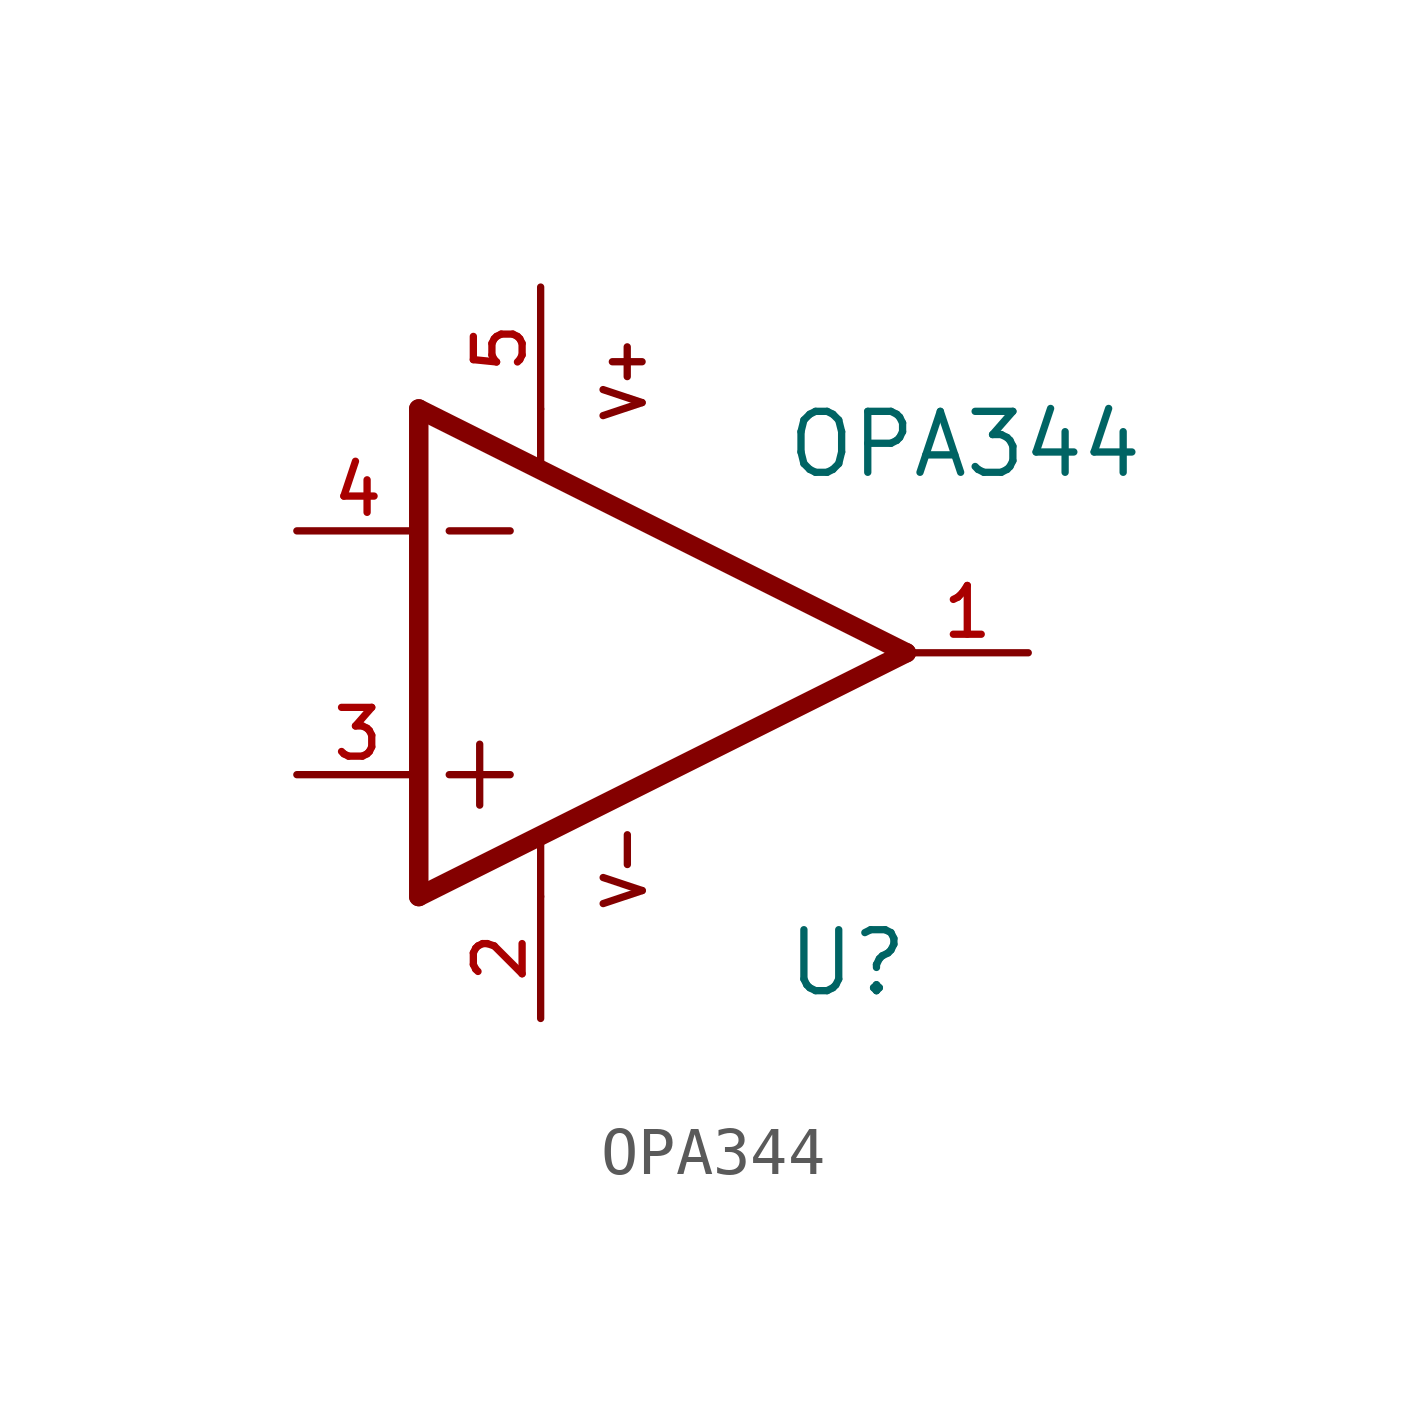
<source format=kicad_sym>
(kicad_symbol_lib
  (version 20211014)
  (generator kicad_symbol_editor)
  (symbol "OPA344"
    (pin_names
      (offset 1.016))
    (property "Reference" "U"
      (at 5.083 -5.718 0)
      (effects (font (size 1.27 1.27)) (justify left top)))
    (property "Value" "OPA344"
      (at 5.083 5.083 0)
      (effects (font (size 1.27 1.27)) (justify left top)))
    (symbol "OPA344_0_0"
      (polyline (pts (xy -2.54 -5.08) (xy -2.54 5.08)) (stroke (width 0.406) (type default) (color 0 0 0 0)) (fill (type none)))
      (polyline (pts (xy -2.54 5.08) (xy 7.62 0)) (stroke (width 0.406) (type default) (color 0 0 0 0)) (fill (type none)))
      (polyline (pts (xy -1.905 -2.54) (xy -0.635 -2.54)) (stroke (width 0.152) (type default) (color 0 0 0 0)) (fill (type none)))
      (polyline (pts (xy -1.905 2.54) (xy -0.635 2.54)) (stroke (width 0.152) (type default) (color 0 0 0 0)) (fill (type none)))
      (polyline (pts (xy -1.27 -3.175) (xy -1.27 -1.905)) (stroke (width 0.152) (type default) (color 0 0 0 0)) (fill (type none)))
      (polyline (pts (xy 0 -5.08) (xy 0 -3.886)) (stroke (width 0.152) (type default) (color 0 0 0 0)) (fill (type none)))
      (polyline (pts (xy 0 3.912) (xy 0 5.08)) (stroke (width 0.152) (type default) (color 0 0 0 0)) (fill (type none)))
      (polyline (pts (xy 7.62 0) (xy -2.54 -5.08)) (stroke (width 0.406) (type default) (color 0 0 0 0)) (fill (type none)))
      (text "V+" (at 1.27 5.716 900) (effects (font (size 0.813 0.813)) (justify top)))
      (text "V-" (at 1.272 -4.451 900) (effects (font (size 0.814 0.814)) (justify top)))
      (pin output line (at 10.16 0 180) (length 2.54) (name "~" (effects (font (size 1.016 1.016)))) (number "1" (effects (font (size 1.016 1.016)))))
      (pin power_in line (at 0 -7.62 90) (length 2.54) (name "~" (effects (font (size 1.016 1.016)))) (number "2" (effects (font (size 1.016 1.016)))))
      (pin input line (at -5.08 -2.54 0) (length 2.54) (name "~" (effects (font (size 1.016 1.016)))) (number "3" (effects (font (size 1.016 1.016)))))
      (pin input line (at -5.08 2.54 0) (length 2.54) (name "~" (effects (font (size 1.016 1.016)))) (number "4" (effects (font (size 1.016 1.016)))))
      (pin power_in line (at 0 7.62 270) (length 2.54) (name "~" (effects (font (size 1.016 1.016)))) (number "5" (effects (font (size 1.016 1.016))))))))
</source>
